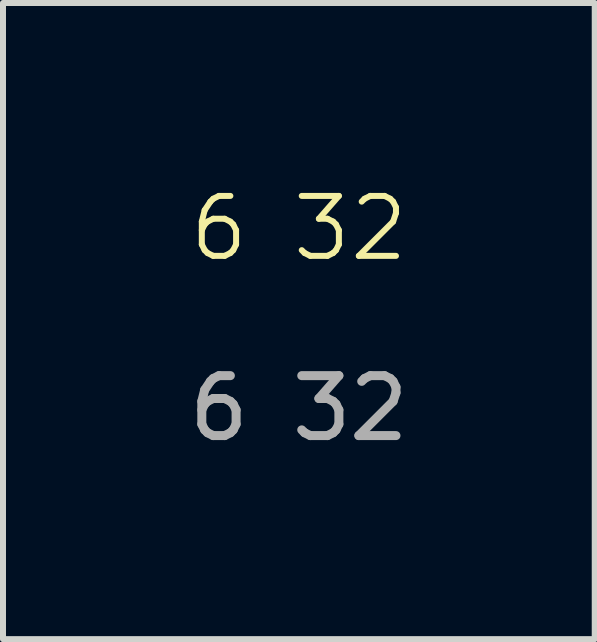
<source format=kicad_pcb>
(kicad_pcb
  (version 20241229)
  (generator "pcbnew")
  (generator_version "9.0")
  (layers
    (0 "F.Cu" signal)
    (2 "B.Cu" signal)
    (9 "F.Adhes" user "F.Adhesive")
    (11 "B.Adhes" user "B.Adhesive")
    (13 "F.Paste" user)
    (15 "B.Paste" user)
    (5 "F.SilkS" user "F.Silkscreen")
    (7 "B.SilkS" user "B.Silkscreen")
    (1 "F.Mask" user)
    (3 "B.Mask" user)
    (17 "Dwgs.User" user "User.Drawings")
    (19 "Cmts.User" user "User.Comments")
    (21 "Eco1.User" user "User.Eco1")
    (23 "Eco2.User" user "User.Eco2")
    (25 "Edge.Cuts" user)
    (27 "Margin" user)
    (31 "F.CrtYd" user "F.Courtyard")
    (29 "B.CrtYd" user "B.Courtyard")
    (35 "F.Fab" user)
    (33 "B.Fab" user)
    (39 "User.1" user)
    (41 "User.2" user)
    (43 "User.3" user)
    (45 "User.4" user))
  (footprint "6 32"
    (layer "F.Cu")
    (at 1.935 1.26)
    (property "Reference" "6 32" (at 0 -0.5 0) (unlocked yes) (layer "F.SilkS") (effects (font (size 1 1) (thickness 0.1))))
    (attr through_hole)
    (fp_text user "${REFERENCE}" (at 0 2.5 0) (unlocked yes) (layer "F.Fab") (effects (font (size 1 1) (thickness 0.15)))))
  (gr_rect
    (start -3 -3)
    (end 6.869 7.609)
    (stroke (width 0.1) (type default))
    (fill no)
    (layer "Edge.Cuts")))
</source>
